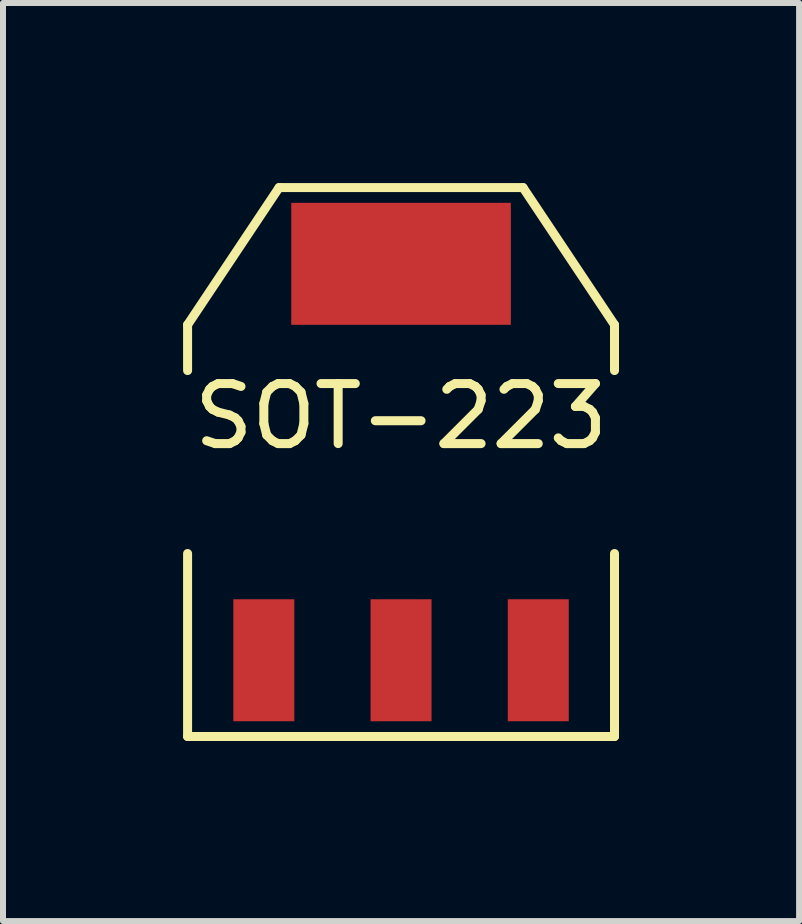
<source format=kicad_pcb>
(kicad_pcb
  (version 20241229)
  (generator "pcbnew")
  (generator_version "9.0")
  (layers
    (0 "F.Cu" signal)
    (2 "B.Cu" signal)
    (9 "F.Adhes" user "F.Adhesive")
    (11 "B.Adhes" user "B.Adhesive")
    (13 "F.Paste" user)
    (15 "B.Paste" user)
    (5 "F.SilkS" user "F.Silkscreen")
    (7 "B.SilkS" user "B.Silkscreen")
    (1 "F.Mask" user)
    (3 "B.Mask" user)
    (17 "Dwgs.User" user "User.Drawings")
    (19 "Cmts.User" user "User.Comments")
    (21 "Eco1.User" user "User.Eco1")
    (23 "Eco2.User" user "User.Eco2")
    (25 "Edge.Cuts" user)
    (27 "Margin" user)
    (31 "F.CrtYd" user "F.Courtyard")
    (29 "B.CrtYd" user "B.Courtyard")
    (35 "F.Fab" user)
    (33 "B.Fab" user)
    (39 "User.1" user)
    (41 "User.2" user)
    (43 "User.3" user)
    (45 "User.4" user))
  (footprint "SOT-223"
    (layer "F.Cu")
    (at 3.631 4.647)
    (property "Reference" "SOT-223" (at 0 -0.762 0) (layer "F.SilkS") (effects (font (size 1 1) (thickness 0.15))))
    (attr smd)
    (fp_line (start -3.556 -2.286) (end -2.032 -4.572) (stroke (width 0.15) (type solid)) (layer "F.SilkS"))
    (fp_line (start -3.556 -1.524) (end -3.556 -2.286) (stroke (width 0.15) (type solid)) (layer "F.SilkS"))
    (fp_line (start -3.556 1.524) (end -3.556 4.572) (stroke (width 0.15) (type solid)) (layer "F.SilkS"))
    (fp_line (start -3.556 4.572) (end 3.556 4.572) (stroke (width 0.15) (type solid)) (layer "F.SilkS"))
    (fp_line (start -2.032 -4.572) (end 2.032 -4.572) (stroke (width 0.15) (type solid)) (layer "F.SilkS"))
    (fp_line (start 2.032 -4.572) (end 3.556 -2.286) (stroke (width 0.15) (type solid)) (layer "F.SilkS"))
    (fp_line (start 3.556 -2.286) (end 3.556 -1.524) (stroke (width 0.15) (type solid)) (layer "F.SilkS"))
    (fp_line (start 3.556 4.572) (end 3.556 1.524) (stroke (width 0.15) (type solid)) (layer "F.SilkS"))
    (pad "1" smd rect (at -2.286 3.302) (size 1.016 2.032) (layers "F.Cu" "F.Mask" "F.Paste"))
    (pad "2" smd rect (at 0 -3.302) (size 3.658 2.032) (layers "F.Cu" "F.Mask" "F.Paste"))
    (pad "2" smd rect (at 0 3.302) (size 1.016 2.032) (layers "F.Cu" "F.Mask" "F.Paste"))
    (pad "3" smd rect (at 2.286 3.302) (size 1.016 2.032) (layers "F.Cu" "F.Mask" "F.Paste")))
  (gr_rect
    (start -3 -3)
    (end 10.262 12.294)
    (stroke (width 0.1) (type default))
    (fill no)
    (layer "Edge.Cuts")))
</source>
